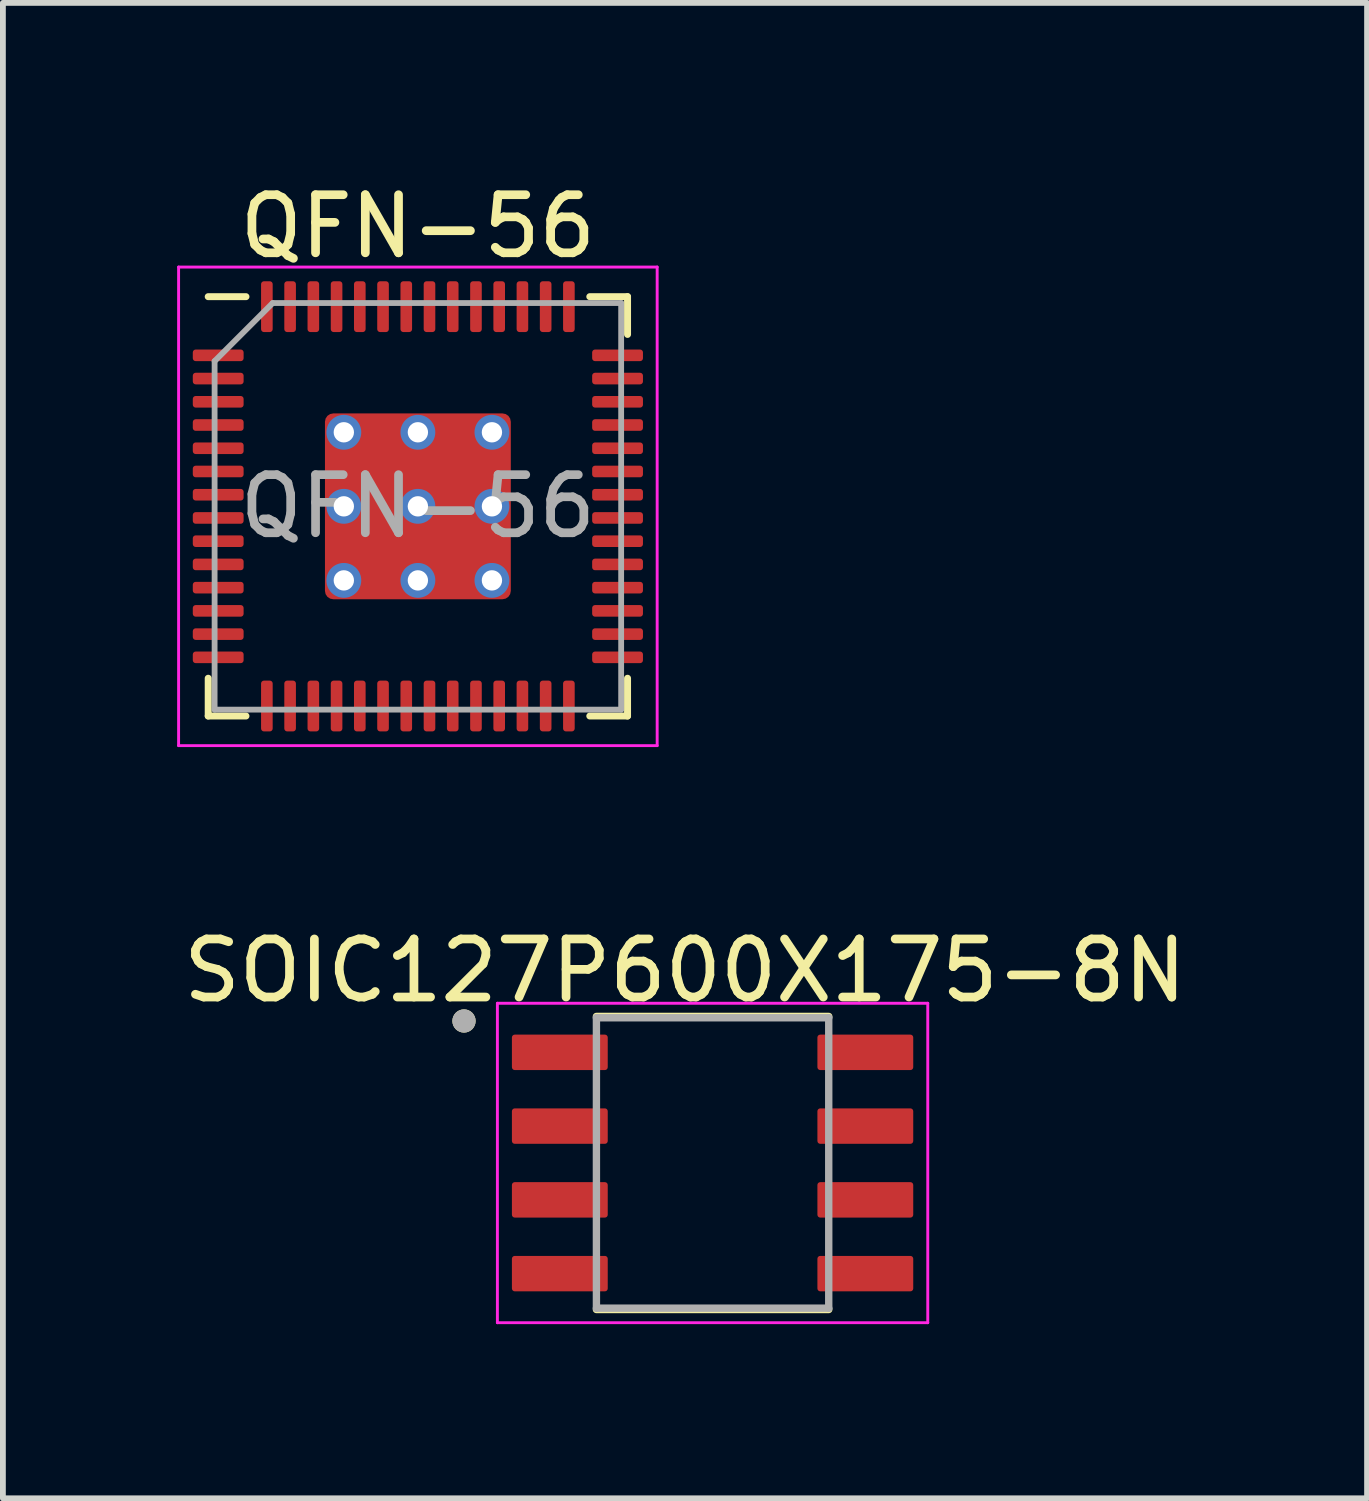
<source format=kicad_pcb>
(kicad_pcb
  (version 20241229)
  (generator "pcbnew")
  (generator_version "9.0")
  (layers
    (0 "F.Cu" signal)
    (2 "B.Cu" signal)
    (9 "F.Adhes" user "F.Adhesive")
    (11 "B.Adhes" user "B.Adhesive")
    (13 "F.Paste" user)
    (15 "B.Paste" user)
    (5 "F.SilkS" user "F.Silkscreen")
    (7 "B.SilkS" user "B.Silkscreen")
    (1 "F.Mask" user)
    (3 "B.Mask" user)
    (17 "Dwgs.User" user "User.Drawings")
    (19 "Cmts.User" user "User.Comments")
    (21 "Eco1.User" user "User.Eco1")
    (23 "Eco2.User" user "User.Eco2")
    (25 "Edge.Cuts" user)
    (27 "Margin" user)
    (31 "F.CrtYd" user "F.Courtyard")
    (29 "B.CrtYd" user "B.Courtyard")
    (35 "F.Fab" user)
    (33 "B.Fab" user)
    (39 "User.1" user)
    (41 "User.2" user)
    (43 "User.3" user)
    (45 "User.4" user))
  (footprint "QFN-56"
    (layer "F.Cu")
    (at 4.145 5.668)
    (property "Reference" "QFN-56" (at 0 -4.82 0) (layer "F.SilkS") (effects (font (size 1 1) (thickness 0.15))))
    (attr smd)
    (fp_line (start -3.61 3.61) (end -3.61 2.96) (stroke (width 0.12) (type solid)) (layer "F.SilkS"))
    (fp_line (start -2.96 -3.61) (end -3.61 -3.61) (stroke (width 0.12) (type solid)) (layer "F.SilkS"))
    (fp_line (start -2.96 3.61) (end -3.61 3.61) (stroke (width 0.12) (type solid)) (layer "F.SilkS"))
    (fp_line (start 2.96 -3.61) (end 3.61 -3.61) (stroke (width 0.12) (type solid)) (layer "F.SilkS"))
    (fp_line (start 2.96 3.61) (end 3.61 3.61) (stroke (width 0.12) (type solid)) (layer "F.SilkS"))
    (fp_line (start 3.61 -3.61) (end 3.61 -2.96) (stroke (width 0.12) (type solid)) (layer "F.SilkS"))
    (fp_line (start 3.61 3.61) (end 3.61 2.96) (stroke (width 0.12) (type solid)) (layer "F.SilkS"))
    (fp_line (start -4.12 -4.12) (end -4.12 4.12) (stroke (width 0.05) (type solid)) (layer "F.CrtYd"))
    (fp_line (start -4.12 4.12) (end 4.12 4.12) (stroke (width 0.05) (type solid)) (layer "F.CrtYd"))
    (fp_line (start 4.12 -4.12) (end -4.12 -4.12) (stroke (width 0.05) (type solid)) (layer "F.CrtYd"))
    (fp_line (start 4.12 4.12) (end 4.12 -4.12) (stroke (width 0.05) (type solid)) (layer "F.CrtYd"))
    (fp_line (start -3.5 -2.5) (end -2.5 -3.5) (stroke (width 0.1) (type solid)) (layer "F.Fab"))
    (fp_line (start -3.5 3.5) (end -3.5 -2.5) (stroke (width 0.1) (type solid)) (layer "F.Fab"))
    (fp_line (start -2.5 -3.5) (end 3.5 -3.5) (stroke (width 0.1) (type solid)) (layer "F.Fab"))
    (fp_line (start 3.5 -3.5) (end 3.5 3.5) (stroke (width 0.1) (type solid)) (layer "F.Fab"))
    (fp_line (start 3.5 3.5) (end -3.5 3.5) (stroke (width 0.1) (type solid)) (layer "F.Fab"))
    (fp_text user "${REFERENCE}" (at 0 0 0) (layer "F.Fab") (effects (font (size 1 1) (thickness 0.15))))
    (pad "" smd roundrect (at -0.637 -0.637) (size 1.084 1.084) (layers "F.Paste") (roundrect_rratio 0.231))
    (pad "" smd roundrect (at -0.637 0.637) (size 1.084 1.084) (layers "F.Paste") (roundrect_rratio 0.231))
    (pad "" smd roundrect (at 0.637 -0.637) (size 1.084 1.084) (layers "F.Paste") (roundrect_rratio 0.231))
    (pad "" smd roundrect (at 0.637 0.637) (size 1.084 1.084) (layers "F.Paste") (roundrect_rratio 0.231))
    (pad "1" smd roundrect (at -3.438 -2.6) (size 0.875 0.2) (layers "F.Cu" "F.Mask" "F.Paste") (roundrect_rratio 0.25))
    (pad "2" smd roundrect (at -3.438 -2.2) (size 0.875 0.2) (layers "F.Cu" "F.Mask" "F.Paste") (roundrect_rratio 0.25))
    (pad "3" smd roundrect (at -3.438 -1.8) (size 0.875 0.2) (layers "F.Cu" "F.Mask" "F.Paste") (roundrect_rratio 0.25))
    (pad "4" smd roundrect (at -3.438 -1.4) (size 0.875 0.2) (layers "F.Cu" "F.Mask" "F.Paste") (roundrect_rratio 0.25))
    (pad "5" smd roundrect (at -3.438 -1) (size 0.875 0.2) (layers "F.Cu" "F.Mask" "F.Paste") (roundrect_rratio 0.25))
    (pad "6" smd roundrect (at -3.438 -0.6) (size 0.875 0.2) (layers "F.Cu" "F.Mask" "F.Paste") (roundrect_rratio 0.25))
    (pad "7" smd roundrect (at -3.438 -0.2) (size 0.875 0.2) (layers "F.Cu" "F.Mask" "F.Paste") (roundrect_rratio 0.25))
    (pad "8" smd roundrect (at -3.438 0.2) (size 0.875 0.2) (layers "F.Cu" "F.Mask" "F.Paste") (roundrect_rratio 0.25))
    (pad "9" smd roundrect (at -3.438 0.6) (size 0.875 0.2) (layers "F.Cu" "F.Mask" "F.Paste") (roundrect_rratio 0.25))
    (pad "10" smd roundrect (at -3.438 1) (size 0.875 0.2) (layers "F.Cu" "F.Mask" "F.Paste") (roundrect_rratio 0.25))
    (pad "11" smd roundrect (at -3.438 1.4) (size 0.875 0.2) (layers "F.Cu" "F.Mask" "F.Paste") (roundrect_rratio 0.25))
    (pad "12" smd roundrect (at -3.438 1.8) (size 0.875 0.2) (layers "F.Cu" "F.Mask" "F.Paste") (roundrect_rratio 0.25))
    (pad "13" smd roundrect (at -3.438 2.2) (size 0.875 0.2) (layers "F.Cu" "F.Mask" "F.Paste") (roundrect_rratio 0.25))
    (pad "14" smd roundrect (at -3.438 2.6) (size 0.875 0.2) (layers "F.Cu" "F.Mask" "F.Paste") (roundrect_rratio 0.25))
    (pad "15" smd roundrect (at -2.6 3.438) (size 0.2 0.875) (layers "F.Cu" "F.Mask" "F.Paste") (roundrect_rratio 0.25))
    (pad "16" smd roundrect (at -2.2 3.438) (size 0.2 0.875) (layers "F.Cu" "F.Mask" "F.Paste") (roundrect_rratio 0.25))
    (pad "17" smd roundrect (at -1.8 3.438) (size 0.2 0.875) (layers "F.Cu" "F.Mask" "F.Paste") (roundrect_rratio 0.25))
    (pad "18" smd roundrect (at -1.4 3.438) (size 0.2 0.875) (layers "F.Cu" "F.Mask" "F.Paste") (roundrect_rratio 0.25))
    (pad "19" smd roundrect (at -1 3.438) (size 0.2 0.875) (layers "F.Cu" "F.Mask" "F.Paste") (roundrect_rratio 0.25))
    (pad "20" smd roundrect (at -0.6 3.438) (size 0.2 0.875) (layers "F.Cu" "F.Mask" "F.Paste") (roundrect_rratio 0.25))
    (pad "21" smd roundrect (at -0.2 3.438) (size 0.2 0.875) (layers "F.Cu" "F.Mask" "F.Paste") (roundrect_rratio 0.25))
    (pad "22" smd roundrect (at 0.2 3.438) (size 0.2 0.875) (layers "F.Cu" "F.Mask" "F.Paste") (roundrect_rratio 0.25))
    (pad "23" smd roundrect (at 0.6 3.438) (size 0.2 0.875) (layers "F.Cu" "F.Mask" "F.Paste") (roundrect_rratio 0.25))
    (pad "24" smd roundrect (at 1 3.438) (size 0.2 0.875) (layers "F.Cu" "F.Mask" "F.Paste") (roundrect_rratio 0.25))
    (pad "25" smd roundrect (at 1.4 3.438) (size 0.2 0.875) (layers "F.Cu" "F.Mask" "F.Paste") (roundrect_rratio 0.25))
    (pad "26" smd roundrect (at 1.8 3.438) (size 0.2 0.875) (layers "F.Cu" "F.Mask" "F.Paste") (roundrect_rratio 0.25))
    (pad "27" smd roundrect (at 2.2 3.438) (size 0.2 0.875) (layers "F.Cu" "F.Mask" "F.Paste") (roundrect_rratio 0.25))
    (pad "28" smd roundrect (at 2.6 3.438) (size 0.2 0.875) (layers "F.Cu" "F.Mask" "F.Paste") (roundrect_rratio 0.25))
    (pad "29" smd roundrect (at 3.438 2.6) (size 0.875 0.2) (layers "F.Cu" "F.Mask" "F.Paste") (roundrect_rratio 0.25))
    (pad "30" smd roundrect (at 3.438 2.2) (size 0.875 0.2) (layers "F.Cu" "F.Mask" "F.Paste") (roundrect_rratio 0.25))
    (pad "31" smd roundrect (at 3.438 1.8) (size 0.875 0.2) (layers "F.Cu" "F.Mask" "F.Paste") (roundrect_rratio 0.25))
    (pad "32" smd roundrect (at 3.438 1.4) (size 0.875 0.2) (layers "F.Cu" "F.Mask" "F.Paste") (roundrect_rratio 0.25))
    (pad "33" smd roundrect (at 3.438 1) (size 0.875 0.2) (layers "F.Cu" "F.Mask" "F.Paste") (roundrect_rratio 0.25))
    (pad "34" smd roundrect (at 3.438 0.6) (size 0.875 0.2) (layers "F.Cu" "F.Mask" "F.Paste") (roundrect_rratio 0.25))
    (pad "35" smd roundrect (at 3.438 0.2) (size 0.875 0.2) (layers "F.Cu" "F.Mask" "F.Paste") (roundrect_rratio 0.25))
    (pad "36" smd roundrect (at 3.438 -0.2) (size 0.875 0.2) (layers "F.Cu" "F.Mask" "F.Paste") (roundrect_rratio 0.25))
    (pad "37" smd roundrect (at 3.438 -0.6) (size 0.875 0.2) (layers "F.Cu" "F.Mask" "F.Paste") (roundrect_rratio 0.25))
    (pad "38" smd roundrect (at 3.438 -1) (size 0.875 0.2) (layers "F.Cu" "F.Mask" "F.Paste") (roundrect_rratio 0.25))
    (pad "39" smd roundrect (at 3.438 -1.4) (size 0.875 0.2) (layers "F.Cu" "F.Mask" "F.Paste") (roundrect_rratio 0.25))
    (pad "40" smd roundrect (at 3.438 -1.8) (size 0.875 0.2) (layers "F.Cu" "F.Mask" "F.Paste") (roundrect_rratio 0.25))
    (pad "41" smd roundrect (at 3.438 -2.2) (size 0.875 0.2) (layers "F.Cu" "F.Mask" "F.Paste") (roundrect_rratio 0.25))
    (pad "42" smd roundrect (at 3.438 -2.6) (size 0.875 0.2) (layers "F.Cu" "F.Mask" "F.Paste") (roundrect_rratio 0.25))
    (pad "43" smd roundrect (at 2.6 -3.438) (size 0.2 0.875) (layers "F.Cu" "F.Mask" "F.Paste") (roundrect_rratio 0.25))
    (pad "44" smd roundrect (at 2.2 -3.438) (size 0.2 0.875) (layers "F.Cu" "F.Mask" "F.Paste") (roundrect_rratio 0.25))
    (pad "45" smd roundrect (at 1.8 -3.438) (size 0.2 0.875) (layers "F.Cu" "F.Mask" "F.Paste") (roundrect_rratio 0.25))
    (pad "46" smd roundrect (at 1.4 -3.438) (size 0.2 0.875) (layers "F.Cu" "F.Mask" "F.Paste") (roundrect_rratio 0.25))
    (pad "47" smd roundrect (at 1 -3.438) (size 0.2 0.875) (layers "F.Cu" "F.Mask" "F.Paste") (roundrect_rratio 0.25))
    (pad "48" smd roundrect (at 0.6 -3.438) (size 0.2 0.875) (layers "F.Cu" "F.Mask" "F.Paste") (roundrect_rratio 0.25))
    (pad "49" smd roundrect (at 0.2 -3.438) (size 0.2 0.875) (layers "F.Cu" "F.Mask" "F.Paste") (roundrect_rratio 0.25))
    (pad "50" smd roundrect (at -0.2 -3.438) (size 0.2 0.875) (layers "F.Cu" "F.Mask" "F.Paste") (roundrect_rratio 0.25))
    (pad "51" smd roundrect (at -0.6 -3.438) (size 0.2 0.875) (layers "F.Cu" "F.Mask" "F.Paste") (roundrect_rratio 0.25))
    (pad "52" smd roundrect (at -1 -3.438) (size 0.2 0.875) (layers "F.Cu" "F.Mask" "F.Paste") (roundrect_rratio 0.25))
    (pad "53" smd roundrect (at -1.4 -3.438) (size 0.2 0.875) (layers "F.Cu" "F.Mask" "F.Paste") (roundrect_rratio 0.25))
    (pad "54" smd roundrect (at -1.8 -3.438) (size 0.2 0.875) (layers "F.Cu" "F.Mask" "F.Paste") (roundrect_rratio 0.25))
    (pad "55" smd roundrect (at -2.2 -3.438) (size 0.2 0.875) (layers "F.Cu" "F.Mask" "F.Paste") (roundrect_rratio 0.25))
    (pad "56" smd roundrect (at -2.6 -3.438) (size 0.2 0.875) (layers "F.Cu" "F.Mask" "F.Paste") (roundrect_rratio 0.25))
    (pad "57" thru_hole circle (at -1.275 -1.275) (size 0.6 0.6) (drill 0.35) (layers "*.Cu"))
    (pad "57" thru_hole circle (at -1.275 0) (size 0.6 0.6) (drill 0.35) (layers "*.Cu"))
    (pad "57" thru_hole circle (at -1.275 1.275) (size 0.6 0.6) (drill 0.35) (layers "*.Cu"))
    (pad "57" thru_hole circle (at 0 -1.275) (size 0.6 0.6) (drill 0.35) (layers "*.Cu"))
    (pad "57" thru_hole circle (at 0 0) (size 0.6 0.6) (drill 0.35) (layers "*.Cu"))
    (pad "57" smd roundrect (at 0 0) (size 3.2 3.2) (layers "F.Cu" "F.Mask") (roundrect_rratio 0.045))
    (pad "57" thru_hole circle (at 0 1.275) (size 0.6 0.6) (drill 0.35) (layers "*.Cu"))
    (pad "57" thru_hole circle (at 1.275 -1.275) (size 0.6 0.6) (drill 0.35) (layers "*.Cu"))
    (pad "57" thru_hole circle (at 1.275 0) (size 0.6 0.6) (drill 0.35) (layers "*.Cu"))
    (pad "57" thru_hole circle (at 1.275 1.275) (size 0.6 0.6) (drill 0.35) (layers "*.Cu")))
  (footprint "SOIC127P600X175-8N"
    (layer "F.Cu")
    (at 9.219 16.974)
    (property "Reference" "SOIC127P600X175-8N" (at -0.475 -3.312 0) (layer "F.SilkS") (effects (font (size 1 1) (thickness 0.15))))
    (attr through_hole)
    (fp_line (start -2 -2.523) (end 2 -2.523) (stroke (width 0.127) (type solid)) (layer "F.SilkS"))
    (fp_line (start -2 2.523) (end 2 2.523) (stroke (width 0.127) (type solid)) (layer "F.SilkS"))
    (fp_circle (center -4.28 -2.445) (end -4.18 -2.445) (stroke (width 0.2) (type solid)) (fill no) (layer "F.SilkS"))
    (fp_line (start -3.705 -2.75) (end -3.705 2.75) (stroke (width 0.05) (type solid)) (layer "F.CrtYd"))
    (fp_line (start -3.705 -2.75) (end 3.705 -2.75) (stroke (width 0.05) (type solid)) (layer "F.CrtYd"))
    (fp_line (start -3.705 2.75) (end 3.705 2.75) (stroke (width 0.05) (type solid)) (layer "F.CrtYd"))
    (fp_line (start 3.705 -2.75) (end 3.705 2.75) (stroke (width 0.05) (type solid)) (layer "F.CrtYd"))
    (fp_line (start -2 -2.5) (end -2 2.5) (stroke (width 0.127) (type solid)) (layer "F.Fab"))
    (fp_line (start -2 -2.5) (end 2 -2.5) (stroke (width 0.127) (type solid)) (layer "F.Fab"))
    (fp_line (start -2 2.5) (end 2 2.5) (stroke (width 0.127) (type solid)) (layer "F.Fab"))
    (fp_line (start 2 -2.5) (end 2 2.5) (stroke (width 0.127) (type solid)) (layer "F.Fab"))
    (fp_circle (center -4.28 -2.445) (end -4.18 -2.445) (stroke (width 0.2) (type solid)) (fill no) (layer "F.Fab"))
    (pad "1" smd roundrect (at -2.63 -1.905) (size 1.65 0.61) (layers "F.Cu" "F.Mask" "F.Paste") (roundrect_rratio 0.08))
    (pad "2" smd roundrect (at -2.63 -0.635) (size 1.65 0.61) (layers "F.Cu" "F.Mask" "F.Paste") (roundrect_rratio 0.08))
    (pad "3" smd roundrect (at -2.63 0.635) (size 1.65 0.61) (layers "F.Cu" "F.Mask" "F.Paste") (roundrect_rratio 0.08))
    (pad "4" smd roundrect (at -2.63 1.905) (size 1.65 0.61) (layers "F.Cu" "F.Mask" "F.Paste") (roundrect_rratio 0.08))
    (pad "5" smd roundrect (at 2.63 1.905) (size 1.65 0.61) (layers "F.Cu" "F.Mask" "F.Paste") (roundrect_rratio 0.08))
    (pad "6" smd roundrect (at 2.63 0.635) (size 1.65 0.61) (layers "F.Cu" "F.Mask" "F.Paste") (roundrect_rratio 0.08))
    (pad "7" smd roundrect (at 2.63 -0.635) (size 1.65 0.61) (layers "F.Cu" "F.Mask" "F.Paste") (roundrect_rratio 0.08))
    (pad "8" smd roundrect (at 2.63 -1.905) (size 1.65 0.61) (layers "F.Cu" "F.Mask" "F.Paste") (roundrect_rratio 0.08)))
  (gr_rect
    (start -3 -3)
    (end 20.488 22.748)
    (stroke (width 0.1) (type default))
    (fill no)
    (layer "Edge.Cuts")))
</source>
